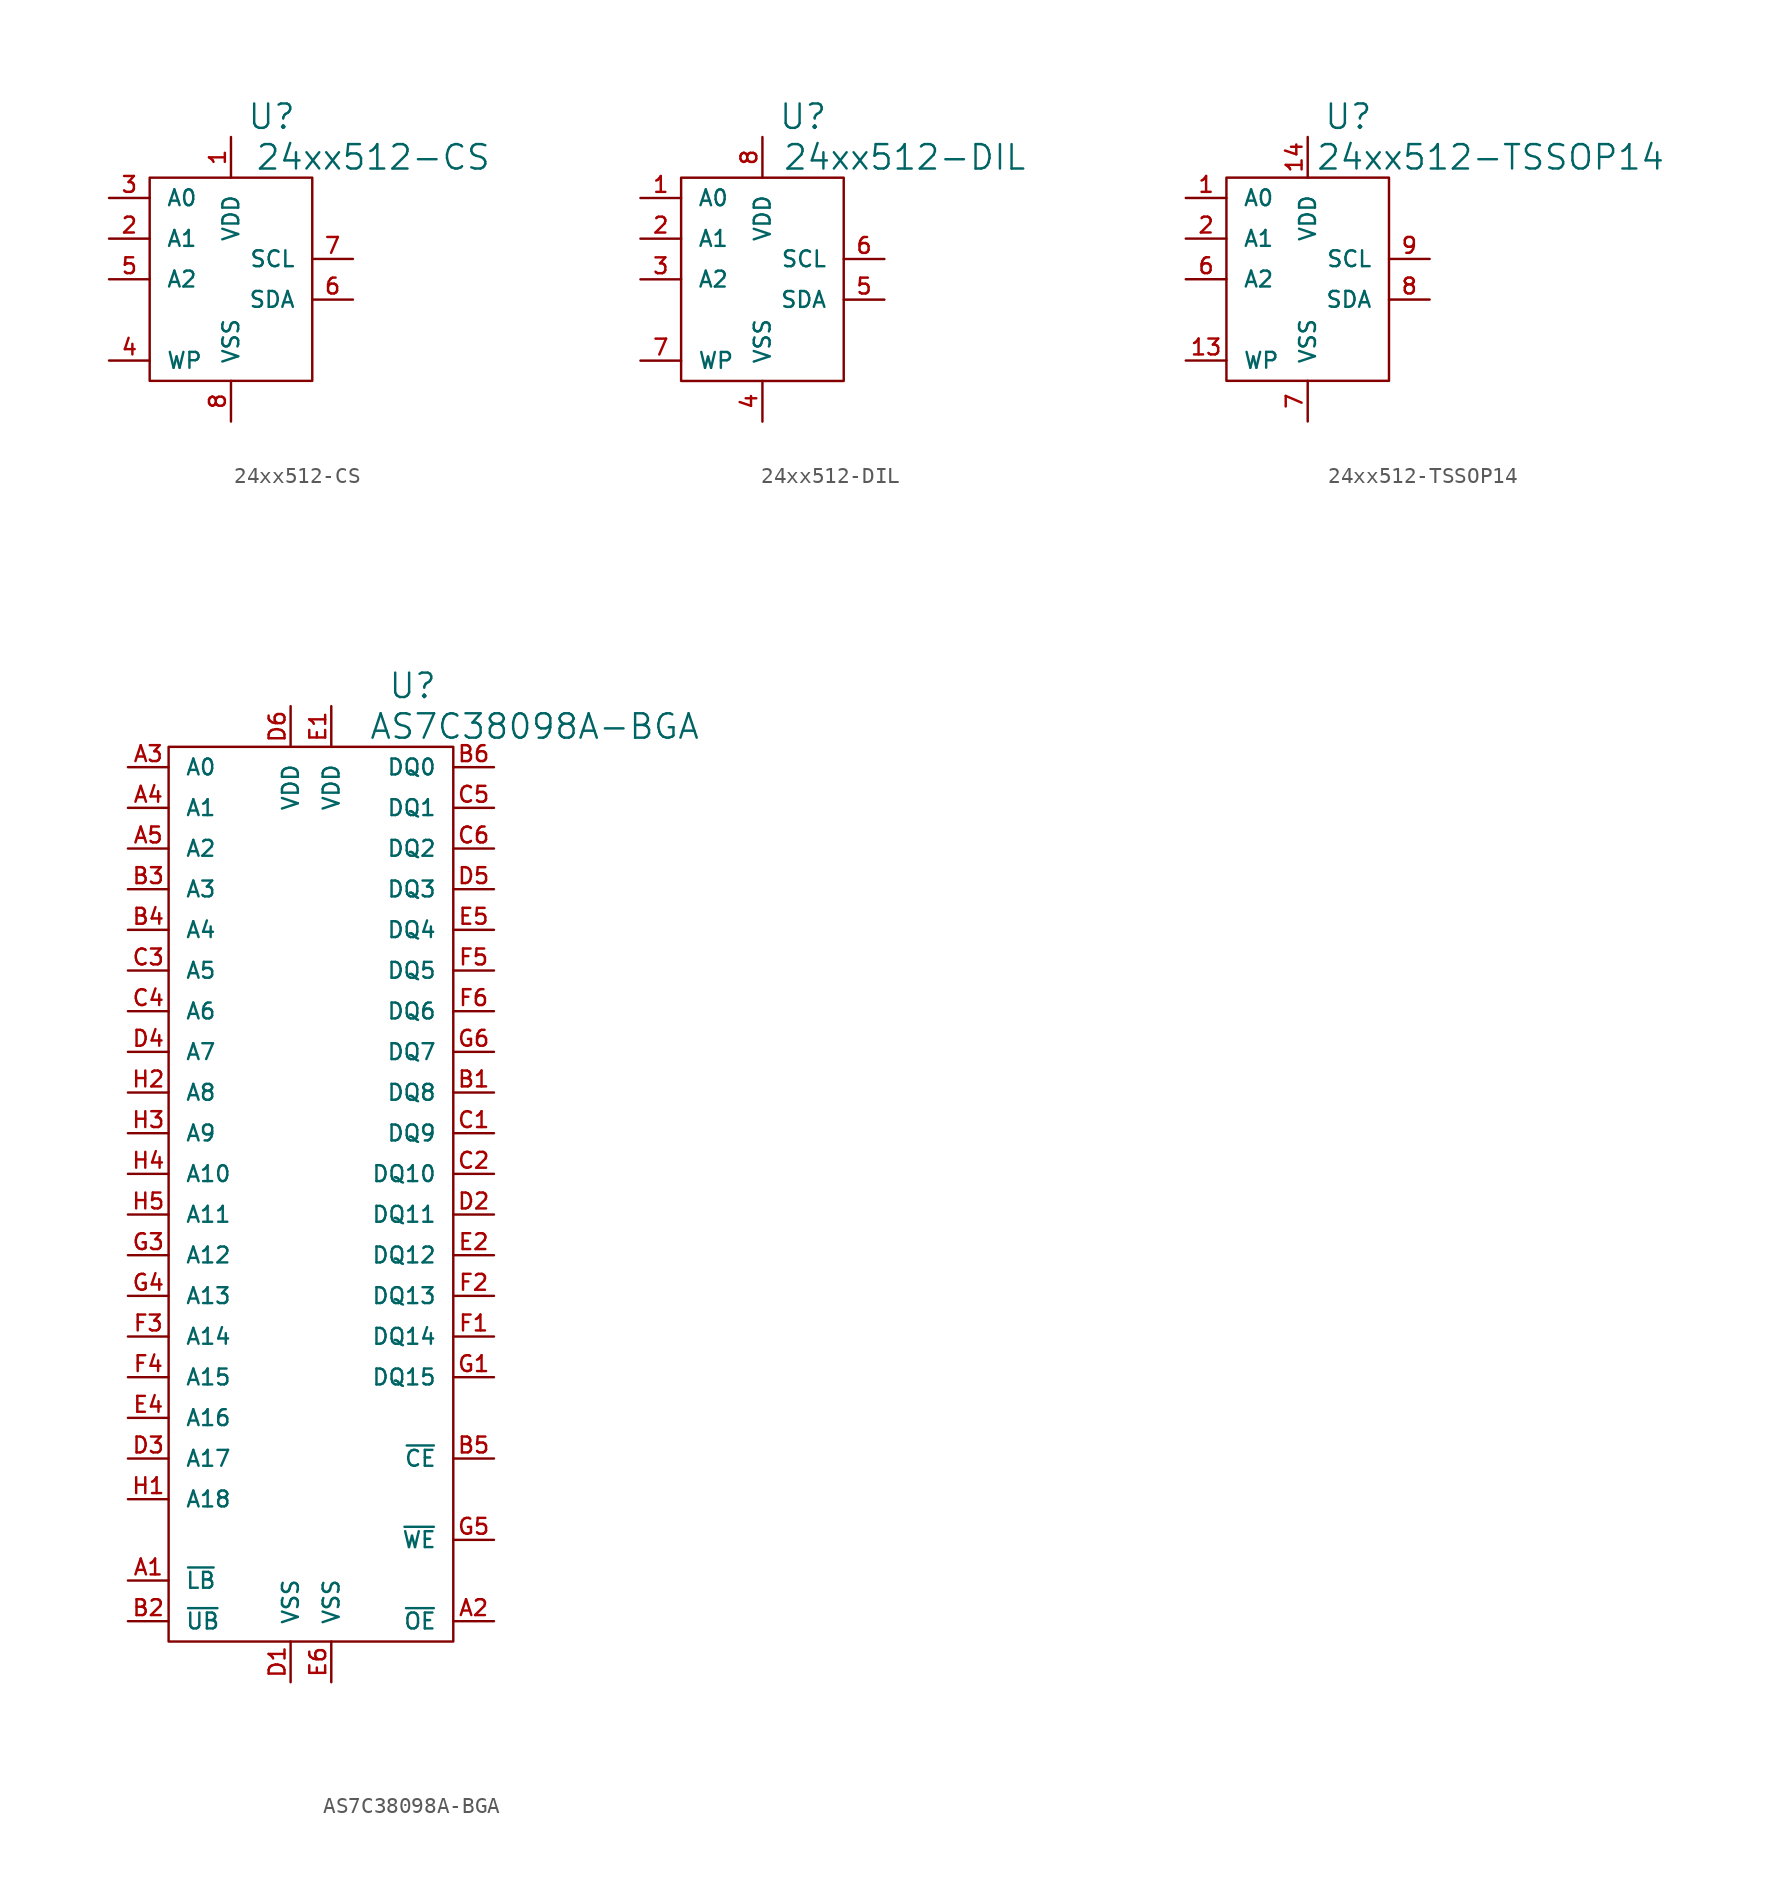
<source format=kicad_sym>
(kicad_symbol_lib
  (version 20220914)
  (generator kicad_symbol_editor)
  (symbol "24xx512-CS"
    (pin_names
      (offset 1.016))
    (property "Reference" "U"
      (at 2.54 10.16 0)
      (effects (font (size 1.524 1.524))))
    (property "Value" "24xx512-CS"
      (at 8.89 7.62 0)
      (effects (font (size 1.524 1.524))))
    (property "Footprint" ""
      (at 0 0 0)
      (effects (font (size 1.524 1.524))))
    (property "Datasheet" ""
      (at 0 0 0)
      (effects (font (size 1.524 1.524))))
    (symbol "24xx512-CS_0_1"
      (rectangle (start -5.08 6.35) (end 5.08 -6.35) (stroke (width 0) (type solid)) (fill (type none))))
    (symbol "24xx512-CS_1_1"
      (pin passive line (at 0 8.89 270) (length 2.54) (name "VDD" (effects (font (size 0.991 0.991)))) (number "1" (effects (font (size 0.991 0.991)))))
      (pin passive line (at -7.62 2.54 0) (length 2.54) (name "A1" (effects (font (size 0.991 0.991)))) (number "2" (effects (font (size 0.991 0.991)))))
      (pin passive line (at -7.62 5.08 0) (length 2.54) (name "A0" (effects (font (size 0.991 0.991)))) (number "3" (effects (font (size 0.991 0.991)))))
      (pin passive line (at -7.62 -5.08 0) (length 2.54) (name "WP" (effects (font (size 0.991 0.991)))) (number "4" (effects (font (size 0.991 0.991)))))
      (pin passive line (at -7.62 0 0) (length 2.54) (name "A2" (effects (font (size 0.991 0.991)))) (number "5" (effects (font (size 0.991 0.991)))))
      (pin passive line (at 7.62 -1.27 180) (length 2.54) (name "SDA" (effects (font (size 0.991 0.991)))) (number "6" (effects (font (size 0.991 0.991)))))
      (pin passive line (at 7.62 1.27 180) (length 2.54) (name "SCL" (effects (font (size 0.991 0.991)))) (number "7" (effects (font (size 0.991 0.991)))))
      (pin passive line (at 0 -8.89 90) (length 2.54) (name "VSS" (effects (font (size 0.991 0.991)))) (number "8" (effects (font (size 0.991 0.991)))))))
  (symbol "24xx512-DIL"
    (pin_names
      (offset 1.016))
    (property "Reference" "U"
      (at 2.54 10.16 0)
      (effects (font (size 1.524 1.524))))
    (property "Value" "24xx512-DIL"
      (at 8.89 7.62 0)
      (effects (font (size 1.524 1.524))))
    (property "Footprint" ""
      (at 0 0 0)
      (effects (font (size 1.524 1.524))))
    (property "Datasheet" ""
      (at 0 0 0)
      (effects (font (size 1.524 1.524))))
    (symbol "24xx512-DIL_0_1"
      (rectangle (start -5.08 6.35) (end 5.08 -6.35) (stroke (width 0) (type solid)) (fill (type none))))
    (symbol "24xx512-DIL_1_1"
      (pin passive line (at -7.62 5.08 0) (length 2.54) (name "A0" (effects (font (size 0.991 0.991)))) (number "1" (effects (font (size 0.991 0.991)))))
      (pin passive line (at -7.62 2.54 0) (length 2.54) (name "A1" (effects (font (size 0.991 0.991)))) (number "2" (effects (font (size 0.991 0.991)))))
      (pin passive line (at -7.62 0 0) (length 2.54) (name "A2" (effects (font (size 0.991 0.991)))) (number "3" (effects (font (size 0.991 0.991)))))
      (pin passive line (at 0 -8.89 90) (length 2.54) (name "VSS" (effects (font (size 0.991 0.991)))) (number "4" (effects (font (size 0.991 0.991)))))
      (pin passive line (at 7.62 -1.27 180) (length 2.54) (name "SDA" (effects (font (size 0.991 0.991)))) (number "5" (effects (font (size 0.991 0.991)))))
      (pin passive line (at 7.62 1.27 180) (length 2.54) (name "SCL" (effects (font (size 0.991 0.991)))) (number "6" (effects (font (size 0.991 0.991)))))
      (pin passive line (at -7.62 -5.08 0) (length 2.54) (name "WP" (effects (font (size 0.991 0.991)))) (number "7" (effects (font (size 0.991 0.991)))))
      (pin passive line (at 0 8.89 270) (length 2.54) (name "VDD" (effects (font (size 0.991 0.991)))) (number "8" (effects (font (size 0.991 0.991)))))))
  (symbol "24xx512-TSSOP14"
    (pin_names
      (offset 1.016))
    (property "Reference" "U"
      (at 2.54 10.16 0)
      (effects (font (size 1.524 1.524))))
    (property "Value" "24xx512-TSSOP14"
      (at 11.43 7.62 0)
      (effects (font (size 1.524 1.524))))
    (property "Footprint" ""
      (at 0 0 0)
      (effects (font (size 1.524 1.524))))
    (property "Datasheet" ""
      (at 0 0 0)
      (effects (font (size 1.524 1.524))))
    (symbol "24xx512-TSSOP14_0_1"
      (rectangle (start -5.08 6.35) (end 5.08 -6.35) (stroke (width 0) (type solid)) (fill (type none))))
    (symbol "24xx512-TSSOP14_1_1"
      (pin passive line (at -7.62 5.08 0) (length 2.54) (name "A0" (effects (font (size 0.991 0.991)))) (number "1" (effects (font (size 0.991 0.991)))))
      (pin passive line (at -7.62 -5.08 0) (length 2.54) (name "WP" (effects (font (size 0.991 0.991)))) (number "13" (effects (font (size 0.991 0.991)))))
      (pin passive line (at 0 8.89 270) (length 2.54) (name "VDD" (effects (font (size 0.991 0.991)))) (number "14" (effects (font (size 0.991 0.991)))))
      (pin passive line (at -7.62 2.54 0) (length 2.54) (name "A1" (effects (font (size 0.991 0.991)))) (number "2" (effects (font (size 0.991 0.991)))))
      (pin passive line (at -7.62 0 0) (length 2.54) (name "A2" (effects (font (size 0.991 0.991)))) (number "6" (effects (font (size 0.991 0.991)))))
      (pin passive line (at 0 -8.89 90) (length 2.54) (name "VSS" (effects (font (size 0.991 0.991)))) (number "7" (effects (font (size 0.991 0.991)))))
      (pin passive line (at 7.62 -1.27 180) (length 2.54) (name "SDA" (effects (font (size 0.991 0.991)))) (number "8" (effects (font (size 0.991 0.991)))))
      (pin passive line (at 7.62 1.27 180) (length 2.54) (name "SCL" (effects (font (size 0.991 0.991)))) (number "9" (effects (font (size 0.991 0.991)))))))
  (symbol "AS7C38098A-BGA"
    (pin_names
      (offset 1.016))
    (property "Reference" "U"
      (at 6.35 31.75 0)
      (effects (font (size 1.524 1.524))))
    (property "Value" "AS7C38098A-BGA"
      (at 13.97 29.21 0)
      (effects (font (size 1.524 1.524))))
    (property "Footprint" ""
      (at -3.81 6.35 0)
      (effects (font (size 1.524 1.524))))
    (property "Datasheet" ""
      (at 0 0 0)
      (effects (font (size 1.524 1.524))))
    (symbol "AS7C38098A-BGA_0_1"
      (rectangle (start -8.89 27.94) (end 8.89 -27.94) (stroke (width 0) (type solid)) (fill (type none))))
    (symbol "AS7C38098A-BGA_1_1"
      (pin passive line (at -11.43 -24.13 0) (length 2.54) (name "~{LB}" (effects (font (size 0.991 0.991)))) (number "A1" (effects (font (size 0.991 0.991)))))
      (pin passive line (at 11.43 -26.67 180) (length 2.54) (name "~{OE}" (effects (font (size 0.991 0.991)))) (number "A2" (effects (font (size 0.991 0.991)))))
      (pin passive line (at -11.43 26.67 0) (length 2.54) (name "A0" (effects (font (size 0.991 0.991)))) (number "A3" (effects (font (size 0.991 0.991)))))
      (pin passive line (at -11.43 24.13 0) (length 2.54) (name "A1" (effects (font (size 0.991 0.991)))) (number "A4" (effects (font (size 0.991 0.991)))))
      (pin passive line (at -11.43 21.59 0) (length 2.54) (name "A2" (effects (font (size 0.991 0.991)))) (number "A5" (effects (font (size 0.991 0.991)))))
      (pin passive line (at 11.43 6.35 180) (length 2.54) (name "DQ8" (effects (font (size 0.991 0.991)))) (number "B1" (effects (font (size 0.991 0.991)))))
      (pin passive line (at -11.43 -26.67 0) (length 2.54) (name "~{UB}" (effects (font (size 0.991 0.991)))) (number "B2" (effects (font (size 0.991 0.991)))))
      (pin passive line (at -11.43 19.05 0) (length 2.54) (name "A3" (effects (font (size 0.991 0.991)))) (number "B3" (effects (font (size 0.991 0.991)))))
      (pin passive line (at -11.43 16.51 0) (length 2.54) (name "A4" (effects (font (size 0.991 0.991)))) (number "B4" (effects (font (size 0.991 0.991)))))
      (pin passive line (at 11.43 -16.51 180) (length 2.54) (name "~{CE}" (effects (font (size 0.991 0.991)))) (number "B5" (effects (font (size 0.991 0.991)))))
      (pin passive line (at 11.43 26.67 180) (length 2.54) (name "DQ0" (effects (font (size 0.991 0.991)))) (number "B6" (effects (font (size 0.991 0.991)))))
      (pin passive line (at 11.43 3.81 180) (length 2.54) (name "DQ9" (effects (font (size 0.991 0.991)))) (number "C1" (effects (font (size 0.991 0.991)))))
      (pin passive line (at 11.43 1.27 180) (length 2.54) (name "DQ10" (effects (font (size 0.991 0.991)))) (number "C2" (effects (font (size 0.991 0.991)))))
      (pin passive line (at -11.43 13.97 0) (length 2.54) (name "A5" (effects (font (size 0.991 0.991)))) (number "C3" (effects (font (size 0.991 0.991)))))
      (pin passive line (at -11.43 11.43 0) (length 2.54) (name "A6" (effects (font (size 0.991 0.991)))) (number "C4" (effects (font (size 0.991 0.991)))))
      (pin passive line (at 11.43 24.13 180) (length 2.54) (name "DQ1" (effects (font (size 0.991 0.991)))) (number "C5" (effects (font (size 0.991 0.991)))))
      (pin passive line (at 11.43 21.59 180) (length 2.54) (name "DQ2" (effects (font (size 0.991 0.991)))) (number "C6" (effects (font (size 0.991 0.991)))))
      (pin passive line (at -1.27 -30.48 90) (length 2.54) (name "VSS" (effects (font (size 0.991 0.991)))) (number "D1" (effects (font (size 0.991 0.991)))))
      (pin passive line (at 11.43 -1.27 180) (length 2.54) (name "DQ11" (effects (font (size 0.991 0.991)))) (number "D2" (effects (font (size 0.991 0.991)))))
      (pin passive line (at -11.43 -16.51 0) (length 2.54) (name "A17" (effects (font (size 0.991 0.991)))) (number "D3" (effects (font (size 0.991 0.991)))))
      (pin passive line (at -11.43 8.89 0) (length 2.54) (name "A7" (effects (font (size 0.991 0.991)))) (number "D4" (effects (font (size 0.991 0.991)))))
      (pin passive line (at 11.43 19.05 180) (length 2.54) (name "DQ3" (effects (font (size 0.991 0.991)))) (number "D5" (effects (font (size 0.991 0.991)))))
      (pin passive line (at -1.27 30.48 270) (length 2.54) (name "VDD" (effects (font (size 0.991 0.991)))) (number "D6" (effects (font (size 0.991 0.991)))))
      (pin passive line (at 1.27 30.48 270) (length 2.54) (name "VDD" (effects (font (size 0.991 0.991)))) (number "E1" (effects (font (size 0.991 0.991)))))
      (pin passive line (at 11.43 -3.81 180) (length 2.54) (name "DQ12" (effects (font (size 0.991 0.991)))) (number "E2" (effects (font (size 0.991 0.991)))))
      (pin passive line (at -11.43 -13.97 0) (length 2.54) (name "A16" (effects (font (size 0.991 0.991)))) (number "E4" (effects (font (size 0.991 0.991)))))
      (pin passive line (at 11.43 16.51 180) (length 2.54) (name "DQ4" (effects (font (size 0.991 0.991)))) (number "E5" (effects (font (size 0.991 0.991)))))
      (pin passive line (at 1.27 -30.48 90) (length 2.54) (name "VSS" (effects (font (size 0.991 0.991)))) (number "E6" (effects (font (size 0.991 0.991)))))
      (pin passive line (at 11.43 -8.89 180) (length 2.54) (name "DQ14" (effects (font (size 0.991 0.991)))) (number "F1" (effects (font (size 0.991 0.991)))))
      (pin passive line (at 11.43 -6.35 180) (length 2.54) (name "DQ13" (effects (font (size 0.991 0.991)))) (number "F2" (effects (font (size 0.991 0.991)))))
      (pin passive line (at -11.43 -8.89 0) (length 2.54) (name "A14" (effects (font (size 0.991 0.991)))) (number "F3" (effects (font (size 0.991 0.991)))))
      (pin passive line (at -11.43 -11.43 0) (length 2.54) (name "A15" (effects (font (size 0.991 0.991)))) (number "F4" (effects (font (size 0.991 0.991)))))
      (pin passive line (at 11.43 13.97 180) (length 2.54) (name "DQ5" (effects (font (size 0.991 0.991)))) (number "F5" (effects (font (size 0.991 0.991)))))
      (pin passive line (at 11.43 11.43 180) (length 2.54) (name "DQ6" (effects (font (size 0.991 0.991)))) (number "F6" (effects (font (size 0.991 0.991)))))
      (pin passive line (at 11.43 -11.43 180) (length 2.54) (name "DQ15" (effects (font (size 0.991 0.991)))) (number "G1" (effects (font (size 0.991 0.991)))))
      (pin passive line (at -11.43 -3.81 0) (length 2.54) (name "A12" (effects (font (size 0.991 0.991)))) (number "G3" (effects (font (size 0.991 0.991)))))
      (pin passive line (at -11.43 -6.35 0) (length 2.54) (name "A13" (effects (font (size 0.991 0.991)))) (number "G4" (effects (font (size 0.991 0.991)))))
      (pin passive line (at 11.43 -21.59 180) (length 2.54) (name "~{WE}" (effects (font (size 0.991 0.991)))) (number "G5" (effects (font (size 0.991 0.991)))))
      (pin passive line (at 11.43 8.89 180) (length 2.54) (name "DQ7" (effects (font (size 0.991 0.991)))) (number "G6" (effects (font (size 0.991 0.991)))))
      (pin passive line (at -11.43 -19.05 0) (length 2.54) (name "A18" (effects (font (size 0.991 0.991)))) (number "H1" (effects (font (size 0.991 0.991)))))
      (pin passive line (at -11.43 6.35 0) (length 2.54) (name "A8" (effects (font (size 0.991 0.991)))) (number "H2" (effects (font (size 0.991 0.991)))))
      (pin passive line (at -11.43 3.81 0) (length 2.54) (name "A9" (effects (font (size 0.991 0.991)))) (number "H3" (effects (font (size 0.991 0.991)))))
      (pin passive line (at -11.43 1.27 0) (length 2.54) (name "A10" (effects (font (size 0.991 0.991)))) (number "H4" (effects (font (size 0.991 0.991)))))
      (pin passive line (at -11.43 -1.27 0) (length 2.54) (name "A11" (effects (font (size 0.991 0.991)))) (number "H5" (effects (font (size 0.991 0.991))))))))
</source>
